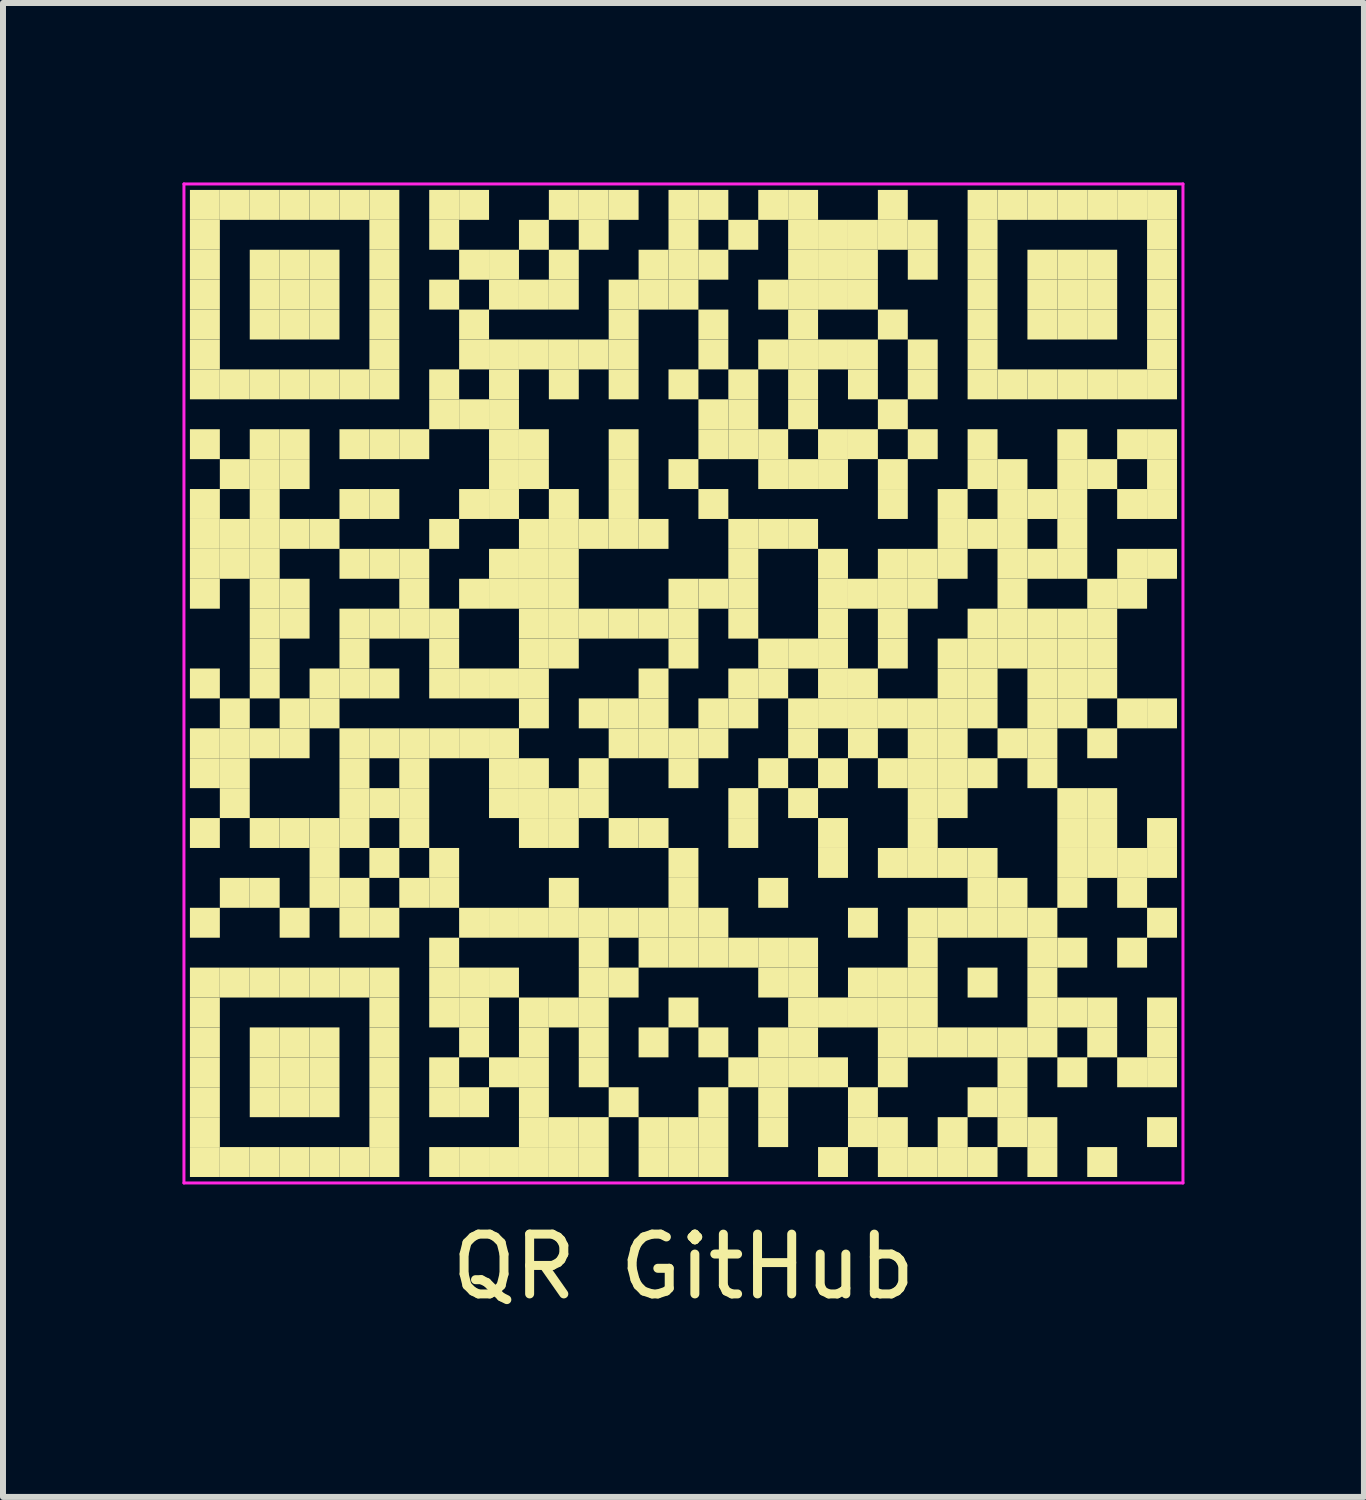
<source format=kicad_pcb>
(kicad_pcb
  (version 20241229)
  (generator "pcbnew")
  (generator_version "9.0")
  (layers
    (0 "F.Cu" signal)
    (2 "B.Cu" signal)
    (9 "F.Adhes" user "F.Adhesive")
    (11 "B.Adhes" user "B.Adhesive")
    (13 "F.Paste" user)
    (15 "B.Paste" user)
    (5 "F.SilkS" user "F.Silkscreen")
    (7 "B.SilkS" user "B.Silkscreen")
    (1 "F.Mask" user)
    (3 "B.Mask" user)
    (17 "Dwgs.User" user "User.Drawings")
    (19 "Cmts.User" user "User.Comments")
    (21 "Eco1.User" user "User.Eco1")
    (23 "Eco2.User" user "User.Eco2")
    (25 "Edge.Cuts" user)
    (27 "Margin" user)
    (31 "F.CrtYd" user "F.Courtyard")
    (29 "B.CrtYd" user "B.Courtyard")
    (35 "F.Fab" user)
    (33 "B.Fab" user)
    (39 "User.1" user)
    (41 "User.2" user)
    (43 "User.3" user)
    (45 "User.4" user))
  (footprint "QR GitHub"
    (layer "F.Cu")
    (at 8.375 8.375)
    (property "Reference" "QR GitHub" (at 0 9.75 0) (layer "F.SilkS") (effects (font (size 1 1) (thickness 0.15))))
    (fp_rect (start -8.25 -8.25) (end -7.75 -7.75) (stroke (width 0) (type solid)) (fill yes) (layer "F.SilkS"))
    (fp_rect (start -8.25 -7.75) (end -7.75 -7.25) (stroke (width 0) (type solid)) (fill yes) (layer "F.SilkS"))
    (fp_rect (start -8.25 -7.25) (end -7.75 -6.75) (stroke (width 0) (type solid)) (fill yes) (layer "F.SilkS"))
    (fp_rect (start -8.25 -6.75) (end -7.75 -6.25) (stroke (width 0) (type solid)) (fill yes) (layer "F.SilkS"))
    (fp_rect (start -8.25 -6.25) (end -7.75 -5.75) (stroke (width 0) (type solid)) (fill yes) (layer "F.SilkS"))
    (fp_rect (start -8.25 -5.75) (end -7.75 -5.25) (stroke (width 0) (type solid)) (fill yes) (layer "F.SilkS"))
    (fp_rect (start -8.25 -5.25) (end -7.75 -4.75) (stroke (width 0) (type solid)) (fill yes) (layer "F.SilkS"))
    (fp_rect (start -8.25 -4.25) (end -7.75 -3.75) (stroke (width 0) (type solid)) (fill yes) (layer "F.SilkS"))
    (fp_rect (start -8.25 -3.25) (end -7.75 -2.75) (stroke (width 0) (type solid)) (fill yes) (layer "F.SilkS"))
    (fp_rect (start -8.25 -2.75) (end -7.75 -2.25) (stroke (width 0) (type solid)) (fill yes) (layer "F.SilkS"))
    (fp_rect (start -8.25 -2.25) (end -7.75 -1.75) (stroke (width 0) (type solid)) (fill yes) (layer "F.SilkS"))
    (fp_rect (start -8.25 -1.75) (end -7.75 -1.25) (stroke (width 0) (type solid)) (fill yes) (layer "F.SilkS"))
    (fp_rect (start -8.25 -0.25) (end -7.75 0.25) (stroke (width 0) (type solid)) (fill yes) (layer "F.SilkS"))
    (fp_rect (start -8.25 0.75) (end -7.75 1.25) (stroke (width 0) (type solid)) (fill yes) (layer "F.SilkS"))
    (fp_rect (start -8.25 1.25) (end -7.75 1.75) (stroke (width 0) (type solid)) (fill yes) (layer "F.SilkS"))
    (fp_rect (start -8.25 2.25) (end -7.75 2.75) (stroke (width 0) (type solid)) (fill yes) (layer "F.SilkS"))
    (fp_rect (start -8.25 3.75) (end -7.75 4.25) (stroke (width 0) (type solid)) (fill yes) (layer "F.SilkS"))
    (fp_rect (start -8.25 4.75) (end -7.75 5.25) (stroke (width 0) (type solid)) (fill yes) (layer "F.SilkS"))
    (fp_rect (start -8.25 5.25) (end -7.75 5.75) (stroke (width 0) (type solid)) (fill yes) (layer "F.SilkS"))
    (fp_rect (start -8.25 5.75) (end -7.75 6.25) (stroke (width 0) (type solid)) (fill yes) (layer "F.SilkS"))
    (fp_rect (start -8.25 6.25) (end -7.75 6.75) (stroke (width 0) (type solid)) (fill yes) (layer "F.SilkS"))
    (fp_rect (start -8.25 6.75) (end -7.75 7.25) (stroke (width 0) (type solid)) (fill yes) (layer "F.SilkS"))
    (fp_rect (start -8.25 7.25) (end -7.75 7.75) (stroke (width 0) (type solid)) (fill yes) (layer "F.SilkS"))
    (fp_rect (start -8.25 7.75) (end -7.75 8.25) (stroke (width 0) (type solid)) (fill yes) (layer "F.SilkS"))
    (fp_rect (start -7.75 -8.25) (end -7.25 -7.75) (stroke (width 0) (type solid)) (fill yes) (layer "F.SilkS"))
    (fp_rect (start -7.75 -5.25) (end -7.25 -4.75) (stroke (width 0) (type solid)) (fill yes) (layer "F.SilkS"))
    (fp_rect (start -7.75 -3.75) (end -7.25 -3.25) (stroke (width 0) (type solid)) (fill yes) (layer "F.SilkS"))
    (fp_rect (start -7.75 -2.75) (end -7.25 -2.25) (stroke (width 0) (type solid)) (fill yes) (layer "F.SilkS"))
    (fp_rect (start -7.75 -2.25) (end -7.25 -1.75) (stroke (width 0) (type solid)) (fill yes) (layer "F.SilkS"))
    (fp_rect (start -7.75 0.25) (end -7.25 0.75) (stroke (width 0) (type solid)) (fill yes) (layer "F.SilkS"))
    (fp_rect (start -7.75 0.75) (end -7.25 1.25) (stroke (width 0) (type solid)) (fill yes) (layer "F.SilkS"))
    (fp_rect (start -7.75 1.25) (end -7.25 1.75) (stroke (width 0) (type solid)) (fill yes) (layer "F.SilkS"))
    (fp_rect (start -7.75 1.75) (end -7.25 2.25) (stroke (width 0) (type solid)) (fill yes) (layer "F.SilkS"))
    (fp_rect (start -7.75 3.25) (end -7.25 3.75) (stroke (width 0) (type solid)) (fill yes) (layer "F.SilkS"))
    (fp_rect (start -7.75 4.75) (end -7.25 5.25) (stroke (width 0) (type solid)) (fill yes) (layer "F.SilkS"))
    (fp_rect (start -7.75 7.75) (end -7.25 8.25) (stroke (width 0) (type solid)) (fill yes) (layer "F.SilkS"))
    (fp_rect (start -7.25 -8.25) (end -6.75 -7.75) (stroke (width 0) (type solid)) (fill yes) (layer "F.SilkS"))
    (fp_rect (start -7.25 -7.25) (end -6.75 -6.75) (stroke (width 0) (type solid)) (fill yes) (layer "F.SilkS"))
    (fp_rect (start -7.25 -6.75) (end -6.75 -6.25) (stroke (width 0) (type solid)) (fill yes) (layer "F.SilkS"))
    (fp_rect (start -7.25 -6.25) (end -6.75 -5.75) (stroke (width 0) (type solid)) (fill yes) (layer "F.SilkS"))
    (fp_rect (start -7.25 -5.25) (end -6.75 -4.75) (stroke (width 0) (type solid)) (fill yes) (layer "F.SilkS"))
    (fp_rect (start -7.25 -4.25) (end -6.75 -3.75) (stroke (width 0) (type solid)) (fill yes) (layer "F.SilkS"))
    (fp_rect (start -7.25 -3.75) (end -6.75 -3.25) (stroke (width 0) (type solid)) (fill yes) (layer "F.SilkS"))
    (fp_rect (start -7.25 -3.25) (end -6.75 -2.75) (stroke (width 0) (type solid)) (fill yes) (layer "F.SilkS"))
    (fp_rect (start -7.25 -2.75) (end -6.75 -2.25) (stroke (width 0) (type solid)) (fill yes) (layer "F.SilkS"))
    (fp_rect (start -7.25 -2.25) (end -6.75 -1.75) (stroke (width 0) (type solid)) (fill yes) (layer "F.SilkS"))
    (fp_rect (start -7.25 -1.75) (end -6.75 -1.25) (stroke (width 0) (type solid)) (fill yes) (layer "F.SilkS"))
    (fp_rect (start -7.25 -1.25) (end -6.75 -0.75) (stroke (width 0) (type solid)) (fill yes) (layer "F.SilkS"))
    (fp_rect (start -7.25 -0.75) (end -6.75 -0.25) (stroke (width 0) (type solid)) (fill yes) (layer "F.SilkS"))
    (fp_rect (start -7.25 -0.25) (end -6.75 0.25) (stroke (width 0) (type solid)) (fill yes) (layer "F.SilkS"))
    (fp_rect (start -7.25 0.75) (end -6.75 1.25) (stroke (width 0) (type solid)) (fill yes) (layer "F.SilkS"))
    (fp_rect (start -7.25 2.25) (end -6.75 2.75) (stroke (width 0) (type solid)) (fill yes) (layer "F.SilkS"))
    (fp_rect (start -7.25 3.25) (end -6.75 3.75) (stroke (width 0) (type solid)) (fill yes) (layer "F.SilkS"))
    (fp_rect (start -7.25 4.75) (end -6.75 5.25) (stroke (width 0) (type solid)) (fill yes) (layer "F.SilkS"))
    (fp_rect (start -7.25 5.75) (end -6.75 6.25) (stroke (width 0) (type solid)) (fill yes) (layer "F.SilkS"))
    (fp_rect (start -7.25 6.25) (end -6.75 6.75) (stroke (width 0) (type solid)) (fill yes) (layer "F.SilkS"))
    (fp_rect (start -7.25 6.75) (end -6.75 7.25) (stroke (width 0) (type solid)) (fill yes) (layer "F.SilkS"))
    (fp_rect (start -7.25 7.75) (end -6.75 8.25) (stroke (width 0) (type solid)) (fill yes) (layer "F.SilkS"))
    (fp_rect (start -6.75 -8.25) (end -6.25 -7.75) (stroke (width 0) (type solid)) (fill yes) (layer "F.SilkS"))
    (fp_rect (start -6.75 -7.25) (end -6.25 -6.75) (stroke (width 0) (type solid)) (fill yes) (layer "F.SilkS"))
    (fp_rect (start -6.75 -6.75) (end -6.25 -6.25) (stroke (width 0) (type solid)) (fill yes) (layer "F.SilkS"))
    (fp_rect (start -6.75 -6.25) (end -6.25 -5.75) (stroke (width 0) (type solid)) (fill yes) (layer "F.SilkS"))
    (fp_rect (start -6.75 -5.25) (end -6.25 -4.75) (stroke (width 0) (type solid)) (fill yes) (layer "F.SilkS"))
    (fp_rect (start -6.75 -4.25) (end -6.25 -3.75) (stroke (width 0) (type solid)) (fill yes) (layer "F.SilkS"))
    (fp_rect (start -6.75 -3.75) (end -6.25 -3.25) (stroke (width 0) (type solid)) (fill yes) (layer "F.SilkS"))
    (fp_rect (start -6.75 -2.75) (end -6.25 -2.25) (stroke (width 0) (type solid)) (fill yes) (layer "F.SilkS"))
    (fp_rect (start -6.75 -1.75) (end -6.25 -1.25) (stroke (width 0) (type solid)) (fill yes) (layer "F.SilkS"))
    (fp_rect (start -6.75 -1.25) (end -6.25 -0.75) (stroke (width 0) (type solid)) (fill yes) (layer "F.SilkS"))
    (fp_rect (start -6.75 0.25) (end -6.25 0.75) (stroke (width 0) (type solid)) (fill yes) (layer "F.SilkS"))
    (fp_rect (start -6.75 0.75) (end -6.25 1.25) (stroke (width 0) (type solid)) (fill yes) (layer "F.SilkS"))
    (fp_rect (start -6.75 2.25) (end -6.25 2.75) (stroke (width 0) (type solid)) (fill yes) (layer "F.SilkS"))
    (fp_rect (start -6.75 3.75) (end -6.25 4.25) (stroke (width 0) (type solid)) (fill yes) (layer "F.SilkS"))
    (fp_rect (start -6.75 4.75) (end -6.25 5.25) (stroke (width 0) (type solid)) (fill yes) (layer "F.SilkS"))
    (fp_rect (start -6.75 5.75) (end -6.25 6.25) (stroke (width 0) (type solid)) (fill yes) (layer "F.SilkS"))
    (fp_rect (start -6.75 6.25) (end -6.25 6.75) (stroke (width 0) (type solid)) (fill yes) (layer "F.SilkS"))
    (fp_rect (start -6.75 6.75) (end -6.25 7.25) (stroke (width 0) (type solid)) (fill yes) (layer "F.SilkS"))
    (fp_rect (start -6.75 7.75) (end -6.25 8.25) (stroke (width 0) (type solid)) (fill yes) (layer "F.SilkS"))
    (fp_rect (start -6.25 -8.25) (end -5.75 -7.75) (stroke (width 0) (type solid)) (fill yes) (layer "F.SilkS"))
    (fp_rect (start -6.25 -7.25) (end -5.75 -6.75) (stroke (width 0) (type solid)) (fill yes) (layer "F.SilkS"))
    (fp_rect (start -6.25 -6.75) (end -5.75 -6.25) (stroke (width 0) (type solid)) (fill yes) (layer "F.SilkS"))
    (fp_rect (start -6.25 -6.25) (end -5.75 -5.75) (stroke (width 0) (type solid)) (fill yes) (layer "F.SilkS"))
    (fp_rect (start -6.25 -5.25) (end -5.75 -4.75) (stroke (width 0) (type solid)) (fill yes) (layer "F.SilkS"))
    (fp_rect (start -6.25 -2.75) (end -5.75 -2.25) (stroke (width 0) (type solid)) (fill yes) (layer "F.SilkS"))
    (fp_rect (start -6.25 -0.25) (end -5.75 0.25) (stroke (width 0) (type solid)) (fill yes) (layer "F.SilkS"))
    (fp_rect (start -6.25 0.25) (end -5.75 0.75) (stroke (width 0) (type solid)) (fill yes) (layer "F.SilkS"))
    (fp_rect (start -6.25 2.25) (end -5.75 2.75) (stroke (width 0) (type solid)) (fill yes) (layer "F.SilkS"))
    (fp_rect (start -6.25 2.75) (end -5.75 3.25) (stroke (width 0) (type solid)) (fill yes) (layer "F.SilkS"))
    (fp_rect (start -6.25 3.25) (end -5.75 3.75) (stroke (width 0) (type solid)) (fill yes) (layer "F.SilkS"))
    (fp_rect (start -6.25 4.75) (end -5.75 5.25) (stroke (width 0) (type solid)) (fill yes) (layer "F.SilkS"))
    (fp_rect (start -6.25 5.75) (end -5.75 6.25) (stroke (width 0) (type solid)) (fill yes) (layer "F.SilkS"))
    (fp_rect (start -6.25 6.25) (end -5.75 6.75) (stroke (width 0) (type solid)) (fill yes) (layer "F.SilkS"))
    (fp_rect (start -6.25 6.75) (end -5.75 7.25) (stroke (width 0) (type solid)) (fill yes) (layer "F.SilkS"))
    (fp_rect (start -6.25 7.75) (end -5.75 8.25) (stroke (width 0) (type solid)) (fill yes) (layer "F.SilkS"))
    (fp_rect (start -5.75 -8.25) (end -5.25 -7.75) (stroke (width 0) (type solid)) (fill yes) (layer "F.SilkS"))
    (fp_rect (start -5.75 -5.25) (end -5.25 -4.75) (stroke (width 0) (type solid)) (fill yes) (layer "F.SilkS"))
    (fp_rect (start -5.75 -4.25) (end -5.25 -3.75) (stroke (width 0) (type solid)) (fill yes) (layer "F.SilkS"))
    (fp_rect (start -5.75 -3.25) (end -5.25 -2.75) (stroke (width 0) (type solid)) (fill yes) (layer "F.SilkS"))
    (fp_rect (start -5.75 -2.25) (end -5.25 -1.75) (stroke (width 0) (type solid)) (fill yes) (layer "F.SilkS"))
    (fp_rect (start -5.75 -1.25) (end -5.25 -0.75) (stroke (width 0) (type solid)) (fill yes) (layer "F.SilkS"))
    (fp_rect (start -5.75 -0.75) (end -5.25 -0.25) (stroke (width 0) (type solid)) (fill yes) (layer "F.SilkS"))
    (fp_rect (start -5.75 -0.25) (end -5.25 0.25) (stroke (width 0) (type solid)) (fill yes) (layer "F.SilkS"))
    (fp_rect (start -5.75 0.75) (end -5.25 1.25) (stroke (width 0) (type solid)) (fill yes) (layer "F.SilkS"))
    (fp_rect (start -5.75 1.25) (end -5.25 1.75) (stroke (width 0) (type solid)) (fill yes) (layer "F.SilkS"))
    (fp_rect (start -5.75 1.75) (end -5.25 2.25) (stroke (width 0) (type solid)) (fill yes) (layer "F.SilkS"))
    (fp_rect (start -5.75 2.25) (end -5.25 2.75) (stroke (width 0) (type solid)) (fill yes) (layer "F.SilkS"))
    (fp_rect (start -5.75 3.25) (end -5.25 3.75) (stroke (width 0) (type solid)) (fill yes) (layer "F.SilkS"))
    (fp_rect (start -5.75 3.75) (end -5.25 4.25) (stroke (width 0) (type solid)) (fill yes) (layer "F.SilkS"))
    (fp_rect (start -5.75 4.75) (end -5.25 5.25) (stroke (width 0) (type solid)) (fill yes) (layer "F.SilkS"))
    (fp_rect (start -5.75 7.75) (end -5.25 8.25) (stroke (width 0) (type solid)) (fill yes) (layer "F.SilkS"))
    (fp_rect (start -5.25 -8.25) (end -4.75 -7.75) (stroke (width 0) (type solid)) (fill yes) (layer "F.SilkS"))
    (fp_rect (start -5.25 -7.75) (end -4.75 -7.25) (stroke (width 0) (type solid)) (fill yes) (layer "F.SilkS"))
    (fp_rect (start -5.25 -7.25) (end -4.75 -6.75) (stroke (width 0) (type solid)) (fill yes) (layer "F.SilkS"))
    (fp_rect (start -5.25 -6.75) (end -4.75 -6.25) (stroke (width 0) (type solid)) (fill yes) (layer "F.SilkS"))
    (fp_rect (start -5.25 -6.25) (end -4.75 -5.75) (stroke (width 0) (type solid)) (fill yes) (layer "F.SilkS"))
    (fp_rect (start -5.25 -5.75) (end -4.75 -5.25) (stroke (width 0) (type solid)) (fill yes) (layer "F.SilkS"))
    (fp_rect (start -5.25 -5.25) (end -4.75 -4.75) (stroke (width 0) (type solid)) (fill yes) (layer "F.SilkS"))
    (fp_rect (start -5.25 -4.25) (end -4.75 -3.75) (stroke (width 0) (type solid)) (fill yes) (layer "F.SilkS"))
    (fp_rect (start -5.25 -3.25) (end -4.75 -2.75) (stroke (width 0) (type solid)) (fill yes) (layer "F.SilkS"))
    (fp_rect (start -5.25 -2.25) (end -4.75 -1.75) (stroke (width 0) (type solid)) (fill yes) (layer "F.SilkS"))
    (fp_rect (start -5.25 -1.25) (end -4.75 -0.75) (stroke (width 0) (type solid)) (fill yes) (layer "F.SilkS"))
    (fp_rect (start -5.25 -0.25) (end -4.75 0.25) (stroke (width 0) (type solid)) (fill yes) (layer "F.SilkS"))
    (fp_rect (start -5.25 0.75) (end -4.75 1.25) (stroke (width 0) (type solid)) (fill yes) (layer "F.SilkS"))
    (fp_rect (start -5.25 1.75) (end -4.75 2.25) (stroke (width 0) (type solid)) (fill yes) (layer "F.SilkS"))
    (fp_rect (start -5.25 2.75) (end -4.75 3.25) (stroke (width 0) (type solid)) (fill yes) (layer "F.SilkS"))
    (fp_rect (start -5.25 3.75) (end -4.75 4.25) (stroke (width 0) (type solid)) (fill yes) (layer "F.SilkS"))
    (fp_rect (start -5.25 4.75) (end -4.75 5.25) (stroke (width 0) (type solid)) (fill yes) (layer "F.SilkS"))
    (fp_rect (start -5.25 5.25) (end -4.75 5.75) (stroke (width 0) (type solid)) (fill yes) (layer "F.SilkS"))
    (fp_rect (start -5.25 5.75) (end -4.75 6.25) (stroke (width 0) (type solid)) (fill yes) (layer "F.SilkS"))
    (fp_rect (start -5.25 6.25) (end -4.75 6.75) (stroke (width 0) (type solid)) (fill yes) (layer "F.SilkS"))
    (fp_rect (start -5.25 6.75) (end -4.75 7.25) (stroke (width 0) (type solid)) (fill yes) (layer "F.SilkS"))
    (fp_rect (start -5.25 7.25) (end -4.75 7.75) (stroke (width 0) (type solid)) (fill yes) (layer "F.SilkS"))
    (fp_rect (start -5.25 7.75) (end -4.75 8.25) (stroke (width 0) (type solid)) (fill yes) (layer "F.SilkS"))
    (fp_rect (start -4.75 -4.25) (end -4.25 -3.75) (stroke (width 0) (type solid)) (fill yes) (layer "F.SilkS"))
    (fp_rect (start -4.75 -2.25) (end -4.25 -1.75) (stroke (width 0) (type solid)) (fill yes) (layer "F.SilkS"))
    (fp_rect (start -4.75 -1.75) (end -4.25 -1.25) (stroke (width 0) (type solid)) (fill yes) (layer "F.SilkS"))
    (fp_rect (start -4.75 -1.25) (end -4.25 -0.75) (stroke (width 0) (type solid)) (fill yes) (layer "F.SilkS"))
    (fp_rect (start -4.75 0.75) (end -4.25 1.25) (stroke (width 0) (type solid)) (fill yes) (layer "F.SilkS"))
    (fp_rect (start -4.75 1.25) (end -4.25 1.75) (stroke (width 0) (type solid)) (fill yes) (layer "F.SilkS"))
    (fp_rect (start -4.75 1.75) (end -4.25 2.25) (stroke (width 0) (type solid)) (fill yes) (layer "F.SilkS"))
    (fp_rect (start -4.75 2.25) (end -4.25 2.75) (stroke (width 0) (type solid)) (fill yes) (layer "F.SilkS"))
    (fp_rect (start -4.75 3.25) (end -4.25 3.75) (stroke (width 0) (type solid)) (fill yes) (layer "F.SilkS"))
    (fp_rect (start -4.25 -8.25) (end -3.75 -7.75) (stroke (width 0) (type solid)) (fill yes) (layer "F.SilkS"))
    (fp_rect (start -4.25 -7.75) (end -3.75 -7.25) (stroke (width 0) (type solid)) (fill yes) (layer "F.SilkS"))
    (fp_rect (start -4.25 -6.75) (end -3.75 -6.25) (stroke (width 0) (type solid)) (fill yes) (layer "F.SilkS"))
    (fp_rect (start -4.25 -5.25) (end -3.75 -4.75) (stroke (width 0) (type solid)) (fill yes) (layer "F.SilkS"))
    (fp_rect (start -4.25 -4.75) (end -3.75 -4.25) (stroke (width 0) (type solid)) (fill yes) (layer "F.SilkS"))
    (fp_rect (start -4.25 -2.75) (end -3.75 -2.25) (stroke (width 0) (type solid)) (fill yes) (layer "F.SilkS"))
    (fp_rect (start -4.25 -1.25) (end -3.75 -0.75) (stroke (width 0) (type solid)) (fill yes) (layer "F.SilkS"))
    (fp_rect (start -4.25 -0.75) (end -3.75 -0.25) (stroke (width 0) (type solid)) (fill yes) (layer "F.SilkS"))
    (fp_rect (start -4.25 -0.25) (end -3.75 0.25) (stroke (width 0) (type solid)) (fill yes) (layer "F.SilkS"))
    (fp_rect (start -4.25 0.75) (end -3.75 1.25) (stroke (width 0) (type solid)) (fill yes) (layer "F.SilkS"))
    (fp_rect (start -4.25 2.75) (end -3.75 3.25) (stroke (width 0) (type solid)) (fill yes) (layer "F.SilkS"))
    (fp_rect (start -4.25 3.25) (end -3.75 3.75) (stroke (width 0) (type solid)) (fill yes) (layer "F.SilkS"))
    (fp_rect (start -4.25 4.25) (end -3.75 4.75) (stroke (width 0) (type solid)) (fill yes) (layer "F.SilkS"))
    (fp_rect (start -4.25 4.75) (end -3.75 5.25) (stroke (width 0) (type solid)) (fill yes) (layer "F.SilkS"))
    (fp_rect (start -4.25 5.25) (end -3.75 5.75) (stroke (width 0) (type solid)) (fill yes) (layer "F.SilkS"))
    (fp_rect (start -4.25 6.25) (end -3.75 6.75) (stroke (width 0) (type solid)) (fill yes) (layer "F.SilkS"))
    (fp_rect (start -4.25 6.75) (end -3.75 7.25) (stroke (width 0) (type solid)) (fill yes) (layer "F.SilkS"))
    (fp_rect (start -4.25 7.75) (end -3.75 8.25) (stroke (width 0) (type solid)) (fill yes) (layer "F.SilkS"))
    (fp_rect (start -3.75 -8.25) (end -3.25 -7.75) (stroke (width 0) (type solid)) (fill yes) (layer "F.SilkS"))
    (fp_rect (start -3.75 -7.25) (end -3.25 -6.75) (stroke (width 0) (type solid)) (fill yes) (layer "F.SilkS"))
    (fp_rect (start -3.75 -6.25) (end -3.25 -5.75) (stroke (width 0) (type solid)) (fill yes) (layer "F.SilkS"))
    (fp_rect (start -3.75 -5.75) (end -3.25 -5.25) (stroke (width 0) (type solid)) (fill yes) (layer "F.SilkS"))
    (fp_rect (start -3.75 -4.75) (end -3.25 -4.25) (stroke (width 0) (type solid)) (fill yes) (layer "F.SilkS"))
    (fp_rect (start -3.75 -3.25) (end -3.25 -2.75) (stroke (width 0) (type solid)) (fill yes) (layer "F.SilkS"))
    (fp_rect (start -3.75 -1.75) (end -3.25 -1.25) (stroke (width 0) (type solid)) (fill yes) (layer "F.SilkS"))
    (fp_rect (start -3.75 -0.25) (end -3.25 0.25) (stroke (width 0) (type solid)) (fill yes) (layer "F.SilkS"))
    (fp_rect (start -3.75 0.75) (end -3.25 1.25) (stroke (width 0) (type solid)) (fill yes) (layer "F.SilkS"))
    (fp_rect (start -3.75 3.75) (end -3.25 4.25) (stroke (width 0) (type solid)) (fill yes) (layer "F.SilkS"))
    (fp_rect (start -3.75 4.75) (end -3.25 5.25) (stroke (width 0) (type solid)) (fill yes) (layer "F.SilkS"))
    (fp_rect (start -3.75 5.25) (end -3.25 5.75) (stroke (width 0) (type solid)) (fill yes) (layer "F.SilkS"))
    (fp_rect (start -3.75 5.75) (end -3.25 6.25) (stroke (width 0) (type solid)) (fill yes) (layer "F.SilkS"))
    (fp_rect (start -3.75 6.75) (end -3.25 7.25) (stroke (width 0) (type solid)) (fill yes) (layer "F.SilkS"))
    (fp_rect (start -3.75 7.75) (end -3.25 8.25) (stroke (width 0) (type solid)) (fill yes) (layer "F.SilkS"))
    (fp_rect (start -3.25 -7.25) (end -2.75 -6.75) (stroke (width 0) (type solid)) (fill yes) (layer "F.SilkS"))
    (fp_rect (start -3.25 -6.75) (end -2.75 -6.25) (stroke (width 0) (type solid)) (fill yes) (layer "F.SilkS"))
    (fp_rect (start -3.25 -5.75) (end -2.75 -5.25) (stroke (width 0) (type solid)) (fill yes) (layer "F.SilkS"))
    (fp_rect (start -3.25 -5.25) (end -2.75 -4.75) (stroke (width 0) (type solid)) (fill yes) (layer "F.SilkS"))
    (fp_rect (start -3.25 -4.75) (end -2.75 -4.25) (stroke (width 0) (type solid)) (fill yes) (layer "F.SilkS"))
    (fp_rect (start -3.25 -4.25) (end -2.75 -3.75) (stroke (width 0) (type solid)) (fill yes) (layer "F.SilkS"))
    (fp_rect (start -3.25 -3.75) (end -2.75 -3.25) (stroke (width 0) (type solid)) (fill yes) (layer "F.SilkS"))
    (fp_rect (start -3.25 -3.25) (end -2.75 -2.75) (stroke (width 0) (type solid)) (fill yes) (layer "F.SilkS"))
    (fp_rect (start -3.25 -2.25) (end -2.75 -1.75) (stroke (width 0) (type solid)) (fill yes) (layer "F.SilkS"))
    (fp_rect (start -3.25 -1.75) (end -2.75 -1.25) (stroke (width 0) (type solid)) (fill yes) (layer "F.SilkS"))
    (fp_rect (start -3.25 -0.25) (end -2.75 0.25) (stroke (width 0) (type solid)) (fill yes) (layer "F.SilkS"))
    (fp_rect (start -3.25 0.75) (end -2.75 1.25) (stroke (width 0) (type solid)) (fill yes) (layer "F.SilkS"))
    (fp_rect (start -3.25 1.25) (end -2.75 1.75) (stroke (width 0) (type solid)) (fill yes) (layer "F.SilkS"))
    (fp_rect (start -3.25 1.75) (end -2.75 2.25) (stroke (width 0) (type solid)) (fill yes) (layer "F.SilkS"))
    (fp_rect (start -3.25 3.75) (end -2.75 4.25) (stroke (width 0) (type solid)) (fill yes) (layer "F.SilkS"))
    (fp_rect (start -3.25 4.75) (end -2.75 5.25) (stroke (width 0) (type solid)) (fill yes) (layer "F.SilkS"))
    (fp_rect (start -3.25 6.25) (end -2.75 6.75) (stroke (width 0) (type solid)) (fill yes) (layer "F.SilkS"))
    (fp_rect (start -3.25 7.75) (end -2.75 8.25) (stroke (width 0) (type solid)) (fill yes) (layer "F.SilkS"))
    (fp_rect (start -2.75 -7.75) (end -2.25 -7.25) (stroke (width 0) (type solid)) (fill yes) (layer "F.SilkS"))
    (fp_rect (start -2.75 -6.75) (end -2.25 -6.25) (stroke (width 0) (type solid)) (fill yes) (layer "F.SilkS"))
    (fp_rect (start -2.75 -5.75) (end -2.25 -5.25) (stroke (width 0) (type solid)) (fill yes) (layer "F.SilkS"))
    (fp_rect (start -2.75 -4.25) (end -2.25 -3.75) (stroke (width 0) (type solid)) (fill yes) (layer "F.SilkS"))
    (fp_rect (start -2.75 -3.75) (end -2.25 -3.25) (stroke (width 0) (type solid)) (fill yes) (layer "F.SilkS"))
    (fp_rect (start -2.75 -2.75) (end -2.25 -2.25) (stroke (width 0) (type solid)) (fill yes) (layer "F.SilkS"))
    (fp_rect (start -2.75 -2.25) (end -2.25 -1.75) (stroke (width 0) (type solid)) (fill yes) (layer "F.SilkS"))
    (fp_rect (start -2.75 -1.75) (end -2.25 -1.25) (stroke (width 0) (type solid)) (fill yes) (layer "F.SilkS"))
    (fp_rect (start -2.75 -1.25) (end -2.25 -0.75) (stroke (width 0) (type solid)) (fill yes) (layer "F.SilkS"))
    (fp_rect (start -2.75 -0.75) (end -2.25 -0.25) (stroke (width 0) (type solid)) (fill yes) (layer "F.SilkS"))
    (fp_rect (start -2.75 -0.25) (end -2.25 0.25) (stroke (width 0) (type solid)) (fill yes) (layer "F.SilkS"))
    (fp_rect (start -2.75 0.25) (end -2.25 0.75) (stroke (width 0) (type solid)) (fill yes) (layer "F.SilkS"))
    (fp_rect (start -2.75 1.25) (end -2.25 1.75) (stroke (width 0) (type solid)) (fill yes) (layer "F.SilkS"))
    (fp_rect (start -2.75 1.75) (end -2.25 2.25) (stroke (width 0) (type solid)) (fill yes) (layer "F.SilkS"))
    (fp_rect (start -2.75 2.25) (end -2.25 2.75) (stroke (width 0) (type solid)) (fill yes) (layer "F.SilkS"))
    (fp_rect (start -2.75 3.75) (end -2.25 4.25) (stroke (width 0) (type solid)) (fill yes) (layer "F.SilkS"))
    (fp_rect (start -2.75 5.25) (end -2.25 5.75) (stroke (width 0) (type solid)) (fill yes) (layer "F.SilkS"))
    (fp_rect (start -2.75 5.75) (end -2.25 6.25) (stroke (width 0) (type solid)) (fill yes) (layer "F.SilkS"))
    (fp_rect (start -2.75 6.25) (end -2.25 6.75) (stroke (width 0) (type solid)) (fill yes) (layer "F.SilkS"))
    (fp_rect (start -2.75 6.75) (end -2.25 7.25) (stroke (width 0) (type solid)) (fill yes) (layer "F.SilkS"))
    (fp_rect (start -2.75 7.25) (end -2.25 7.75) (stroke (width 0) (type solid)) (fill yes) (layer "F.SilkS"))
    (fp_rect (start -2.75 7.75) (end -2.25 8.25) (stroke (width 0) (type solid)) (fill yes) (layer "F.SilkS"))
    (fp_rect (start -2.25 -8.25) (end -1.75 -7.75) (stroke (width 0) (type solid)) (fill yes) (layer "F.SilkS"))
    (fp_rect (start -2.25 -7.25) (end -1.75 -6.75) (stroke (width 0) (type solid)) (fill yes) (layer "F.SilkS"))
    (fp_rect (start -2.25 -6.75) (end -1.75 -6.25) (stroke (width 0) (type solid)) (fill yes) (layer "F.SilkS"))
    (fp_rect (start -2.25 -5.75) (end -1.75 -5.25) (stroke (width 0) (type solid)) (fill yes) (layer "F.SilkS"))
    (fp_rect (start -2.25 -5.25) (end -1.75 -4.75) (stroke (width 0) (type solid)) (fill yes) (layer "F.SilkS"))
    (fp_rect (start -2.25 -3.25) (end -1.75 -2.75) (stroke (width 0) (type solid)) (fill yes) (layer "F.SilkS"))
    (fp_rect (start -2.25 -2.75) (end -1.75 -2.25) (stroke (width 0) (type solid)) (fill yes) (layer "F.SilkS"))
    (fp_rect (start -2.25 -2.25) (end -1.75 -1.75) (stroke (width 0) (type solid)) (fill yes) (layer "F.SilkS"))
    (fp_rect (start -2.25 -1.75) (end -1.75 -1.25) (stroke (width 0) (type solid)) (fill yes) (layer "F.SilkS"))
    (fp_rect (start -2.25 -1.25) (end -1.75 -0.75) (stroke (width 0) (type solid)) (fill yes) (layer "F.SilkS"))
    (fp_rect (start -2.25 -0.75) (end -1.75 -0.25) (stroke (width 0) (type solid)) (fill yes) (layer "F.SilkS"))
    (fp_rect (start -2.25 1.75) (end -1.75 2.25) (stroke (width 0) (type solid)) (fill yes) (layer "F.SilkS"))
    (fp_rect (start -2.25 2.25) (end -1.75 2.75) (stroke (width 0) (type solid)) (fill yes) (layer "F.SilkS"))
    (fp_rect (start -2.25 3.25) (end -1.75 3.75) (stroke (width 0) (type solid)) (fill yes) (layer "F.SilkS"))
    (fp_rect (start -2.25 3.75) (end -1.75 4.25) (stroke (width 0) (type solid)) (fill yes) (layer "F.SilkS"))
    (fp_rect (start -2.25 5.25) (end -1.75 5.75) (stroke (width 0) (type solid)) (fill yes) (layer "F.SilkS"))
    (fp_rect (start -2.25 7.25) (end -1.75 7.75) (stroke (width 0) (type solid)) (fill yes) (layer "F.SilkS"))
    (fp_rect (start -2.25 7.75) (end -1.75 8.25) (stroke (width 0) (type solid)) (fill yes) (layer "F.SilkS"))
    (fp_rect (start -1.75 -8.25) (end -1.25 -7.75) (stroke (width 0) (type solid)) (fill yes) (layer "F.SilkS"))
    (fp_rect (start -1.75 -7.75) (end -1.25 -7.25) (stroke (width 0) (type solid)) (fill yes) (layer "F.SilkS"))
    (fp_rect (start -1.75 -5.75) (end -1.25 -5.25) (stroke (width 0) (type solid)) (fill yes) (layer "F.SilkS"))
    (fp_rect (start -1.75 -2.75) (end -1.25 -2.25) (stroke (width 0) (type solid)) (fill yes) (layer "F.SilkS"))
    (fp_rect (start -1.75 -1.25) (end -1.25 -0.75) (stroke (width 0) (type solid)) (fill yes) (layer "F.SilkS"))
    (fp_rect (start -1.75 0.25) (end -1.25 0.75) (stroke (width 0) (type solid)) (fill yes) (layer "F.SilkS"))
    (fp_rect (start -1.75 1.25) (end -1.25 1.75) (stroke (width 0) (type solid)) (fill yes) (layer "F.SilkS"))
    (fp_rect (start -1.75 1.75) (end -1.25 2.25) (stroke (width 0) (type solid)) (fill yes) (layer "F.SilkS"))
    (fp_rect (start -1.75 3.75) (end -1.25 4.25) (stroke (width 0) (type solid)) (fill yes) (layer "F.SilkS"))
    (fp_rect (start -1.75 4.25) (end -1.25 4.75) (stroke (width 0) (type solid)) (fill yes) (layer "F.SilkS"))
    (fp_rect (start -1.75 4.75) (end -1.25 5.25) (stroke (width 0) (type solid)) (fill yes) (layer "F.SilkS"))
    (fp_rect (start -1.75 5.25) (end -1.25 5.75) (stroke (width 0) (type solid)) (fill yes) (layer "F.SilkS"))
    (fp_rect (start -1.75 5.75) (end -1.25 6.25) (stroke (width 0) (type solid)) (fill yes) (layer "F.SilkS"))
    (fp_rect (start -1.75 6.25) (end -1.25 6.75) (stroke (width 0) (type solid)) (fill yes) (layer "F.SilkS"))
    (fp_rect (start -1.75 7.25) (end -1.25 7.75) (stroke (width 0) (type solid)) (fill yes) (layer "F.SilkS"))
    (fp_rect (start -1.75 7.75) (end -1.25 8.25) (stroke (width 0) (type solid)) (fill yes) (layer "F.SilkS"))
    (fp_rect (start -1.25 -8.25) (end -0.75 -7.75) (stroke (width 0) (type solid)) (fill yes) (layer "F.SilkS"))
    (fp_rect (start -1.25 -6.75) (end -0.75 -6.25) (stroke (width 0) (type solid)) (fill yes) (layer "F.SilkS"))
    (fp_rect (start -1.25 -6.25) (end -0.75 -5.75) (stroke (width 0) (type solid)) (fill yes) (layer "F.SilkS"))
    (fp_rect (start -1.25 -5.75) (end -0.75 -5.25) (stroke (width 0) (type solid)) (fill yes) (layer "F.SilkS"))
    (fp_rect (start -1.25 -5.25) (end -0.75 -4.75) (stroke (width 0) (type solid)) (fill yes) (layer "F.SilkS"))
    (fp_rect (start -1.25 -4.25) (end -0.75 -3.75) (stroke (width 0) (type solid)) (fill yes) (layer "F.SilkS"))
    (fp_rect (start -1.25 -3.75) (end -0.75 -3.25) (stroke (width 0) (type solid)) (fill yes) (layer "F.SilkS"))
    (fp_rect (start -1.25 -3.25) (end -0.75 -2.75) (stroke (width 0) (type solid)) (fill yes) (layer "F.SilkS"))
    (fp_rect (start -1.25 -2.75) (end -0.75 -2.25) (stroke (width 0) (type solid)) (fill yes) (layer "F.SilkS"))
    (fp_rect (start -1.25 -1.25) (end -0.75 -0.75) (stroke (width 0) (type solid)) (fill yes) (layer "F.SilkS"))
    (fp_rect (start -1.25 0.25) (end -0.75 0.75) (stroke (width 0) (type solid)) (fill yes) (layer "F.SilkS"))
    (fp_rect (start -1.25 0.75) (end -0.75 1.25) (stroke (width 0) (type solid)) (fill yes) (layer "F.SilkS"))
    (fp_rect (start -1.25 2.25) (end -0.75 2.75) (stroke (width 0) (type solid)) (fill yes) (layer "F.SilkS"))
    (fp_rect (start -1.25 3.75) (end -0.75 4.25) (stroke (width 0) (type solid)) (fill yes) (layer "F.SilkS"))
    (fp_rect (start -1.25 4.75) (end -0.75 5.25) (stroke (width 0) (type solid)) (fill yes) (layer "F.SilkS"))
    (fp_rect (start -1.25 6.75) (end -0.75 7.25) (stroke (width 0) (type solid)) (fill yes) (layer "F.SilkS"))
    (fp_rect (start -0.75 -7.25) (end -0.25 -6.75) (stroke (width 0) (type solid)) (fill yes) (layer "F.SilkS"))
    (fp_rect (start -0.75 -6.75) (end -0.25 -6.25) (stroke (width 0) (type solid)) (fill yes) (layer "F.SilkS"))
    (fp_rect (start -0.75 -2.75) (end -0.25 -2.25) (stroke (width 0) (type solid)) (fill yes) (layer "F.SilkS"))
    (fp_rect (start -0.75 -1.25) (end -0.25 -0.75) (stroke (width 0) (type solid)) (fill yes) (layer "F.SilkS"))
    (fp_rect (start -0.75 -0.25) (end -0.25 0.25) (stroke (width 0) (type solid)) (fill yes) (layer "F.SilkS"))
    (fp_rect (start -0.75 0.25) (end -0.25 0.75) (stroke (width 0) (type solid)) (fill yes) (layer "F.SilkS"))
    (fp_rect (start -0.75 0.75) (end -0.25 1.25) (stroke (width 0) (type solid)) (fill yes) (layer "F.SilkS"))
    (fp_rect (start -0.75 2.25) (end -0.25 2.75) (stroke (width 0) (type solid)) (fill yes) (layer "F.SilkS"))
    (fp_rect (start -0.75 3.75) (end -0.25 4.25) (stroke (width 0) (type solid)) (fill yes) (layer "F.SilkS"))
    (fp_rect (start -0.75 4.25) (end -0.25 4.75) (stroke (width 0) (type solid)) (fill yes) (layer "F.SilkS"))
    (fp_rect (start -0.75 5.75) (end -0.25 6.25) (stroke (width 0) (type solid)) (fill yes) (layer "F.SilkS"))
    (fp_rect (start -0.75 7.25) (end -0.25 7.75) (stroke (width 0) (type solid)) (fill yes) (layer "F.SilkS"))
    (fp_rect (start -0.75 7.75) (end -0.25 8.25) (stroke (width 0) (type solid)) (fill yes) (layer "F.SilkS"))
    (fp_rect (start -0.25 -8.25) (end 0.25 -7.75) (stroke (width 0) (type solid)) (fill yes) (layer "F.SilkS"))
    (fp_rect (start -0.25 -7.75) (end 0.25 -7.25) (stroke (width 0) (type solid)) (fill yes) (layer "F.SilkS"))
    (fp_rect (start -0.25 -7.25) (end 0.25 -6.75) (stroke (width 0) (type solid)) (fill yes) (layer "F.SilkS"))
    (fp_rect (start -0.25 -6.75) (end 0.25 -6.25) (stroke (width 0) (type solid)) (fill yes) (layer "F.SilkS"))
    (fp_rect (start -0.25 -5.25) (end 0.25 -4.75) (stroke (width 0) (type solid)) (fill yes) (layer "F.SilkS"))
    (fp_rect (start -0.25 -3.75) (end 0.25 -3.25) (stroke (width 0) (type solid)) (fill yes) (layer "F.SilkS"))
    (fp_rect (start -0.25 -1.75) (end 0.25 -1.25) (stroke (width 0) (type solid)) (fill yes) (layer "F.SilkS"))
    (fp_rect (start -0.25 -1.25) (end 0.25 -0.75) (stroke (width 0) (type solid)) (fill yes) (layer "F.SilkS"))
    (fp_rect (start -0.25 -0.75) (end 0.25 -0.25) (stroke (width 0) (type solid)) (fill yes) (layer "F.SilkS"))
    (fp_rect (start -0.25 0.75) (end 0.25 1.25) (stroke (width 0) (type solid)) (fill yes) (layer "F.SilkS"))
    (fp_rect (start -0.25 1.25) (end 0.25 1.75) (stroke (width 0) (type solid)) (fill yes) (layer "F.SilkS"))
    (fp_rect (start -0.25 2.75) (end 0.25 3.25) (stroke (width 0) (type solid)) (fill yes) (layer "F.SilkS"))
    (fp_rect (start -0.25 3.25) (end 0.25 3.75) (stroke (width 0) (type solid)) (fill yes) (layer "F.SilkS"))
    (fp_rect (start -0.25 3.75) (end 0.25 4.25) (stroke (width 0) (type solid)) (fill yes) (layer "F.SilkS"))
    (fp_rect (start -0.25 4.25) (end 0.25 4.75) (stroke (width 0) (type solid)) (fill yes) (layer "F.SilkS"))
    (fp_rect (start -0.25 5.25) (end 0.25 5.75) (stroke (width 0) (type solid)) (fill yes) (layer "F.SilkS"))
    (fp_rect (start -0.25 7.25) (end 0.25 7.75) (stroke (width 0) (type solid)) (fill yes) (layer "F.SilkS"))
    (fp_rect (start -0.25 7.75) (end 0.25 8.25) (stroke (width 0) (type solid)) (fill yes) (layer "F.SilkS"))
    (fp_rect (start 0.25 -8.25) (end 0.75 -7.75) (stroke (width 0) (type solid)) (fill yes) (layer "F.SilkS"))
    (fp_rect (start 0.25 -7.25) (end 0.75 -6.75) (stroke (width 0) (type solid)) (fill yes) (layer "F.SilkS"))
    (fp_rect (start 0.25 -6.25) (end 0.75 -5.75) (stroke (width 0) (type solid)) (fill yes) (layer "F.SilkS"))
    (fp_rect (start 0.25 -5.75) (end 0.75 -5.25) (stroke (width 0) (type solid)) (fill yes) (layer "F.SilkS"))
    (fp_rect (start 0.25 -4.75) (end 0.75 -4.25) (stroke (width 0) (type solid)) (fill yes) (layer "F.SilkS"))
    (fp_rect (start 0.25 -4.25) (end 0.75 -3.75) (stroke (width 0) (type solid)) (fill yes) (layer "F.SilkS"))
    (fp_rect (start 0.25 -3.25) (end 0.75 -2.75) (stroke (width 0) (type solid)) (fill yes) (layer "F.SilkS"))
    (fp_rect (start 0.25 -1.75) (end 0.75 -1.25) (stroke (width 0) (type solid)) (fill yes) (layer "F.SilkS"))
    (fp_rect (start 0.25 0.25) (end 0.75 0.75) (stroke (width 0) (type solid)) (fill yes) (layer "F.SilkS"))
    (fp_rect (start 0.25 0.75) (end 0.75 1.25) (stroke (width 0) (type solid)) (fill yes) (layer "F.SilkS"))
    (fp_rect (start 0.25 3.75) (end 0.75 4.25) (stroke (width 0) (type solid)) (fill yes) (layer "F.SilkS"))
    (fp_rect (start 0.25 4.25) (end 0.75 4.75) (stroke (width 0) (type solid)) (fill yes) (layer "F.SilkS"))
    (fp_rect (start 0.25 5.75) (end 0.75 6.25) (stroke (width 0) (type solid)) (fill yes) (layer "F.SilkS"))
    (fp_rect (start 0.25 6.75) (end 0.75 7.25) (stroke (width 0) (type solid)) (fill yes) (layer "F.SilkS"))
    (fp_rect (start 0.25 7.25) (end 0.75 7.75) (stroke (width 0) (type solid)) (fill yes) (layer "F.SilkS"))
    (fp_rect (start 0.25 7.75) (end 0.75 8.25) (stroke (width 0) (type solid)) (fill yes) (layer "F.SilkS"))
    (fp_rect (start 0.75 -7.75) (end 1.25 -7.25) (stroke (width 0) (type solid)) (fill yes) (layer "F.SilkS"))
    (fp_rect (start 0.75 -5.25) (end 1.25 -4.75) (stroke (width 0) (type solid)) (fill yes) (layer "F.SilkS"))
    (fp_rect (start 0.75 -4.75) (end 1.25 -4.25) (stroke (width 0) (type solid)) (fill yes) (layer "F.SilkS"))
    (fp_rect (start 0.75 -4.25) (end 1.25 -3.75) (stroke (width 0) (type solid)) (fill yes) (layer "F.SilkS"))
    (fp_rect (start 0.75 -2.75) (end 1.25 -2.25) (stroke (width 0) (type solid)) (fill yes) (layer "F.SilkS"))
    (fp_rect (start 0.75 -2.25) (end 1.25 -1.75) (stroke (width 0) (type solid)) (fill yes) (layer "F.SilkS"))
    (fp_rect (start 0.75 -1.75) (end 1.25 -1.25) (stroke (width 0) (type solid)) (fill yes) (layer "F.SilkS"))
    (fp_rect (start 0.75 -1.25) (end 1.25 -0.75) (stroke (width 0) (type solid)) (fill yes) (layer "F.SilkS"))
    (fp_rect (start 0.75 -0.25) (end 1.25 0.25) (stroke (width 0) (type solid)) (fill yes) (layer "F.SilkS"))
    (fp_rect (start 0.75 0.25) (end 1.25 0.75) (stroke (width 0) (type solid)) (fill yes) (layer "F.SilkS"))
    (fp_rect (start 0.75 1.75) (end 1.25 2.25) (stroke (width 0) (type solid)) (fill yes) (layer "F.SilkS"))
    (fp_rect (start 0.75 2.25) (end 1.25 2.75) (stroke (width 0) (type solid)) (fill yes) (layer "F.SilkS"))
    (fp_rect (start 0.75 4.25) (end 1.25 4.75) (stroke (width 0) (type solid)) (fill yes) (layer "F.SilkS"))
    (fp_rect (start 0.75 6.25) (end 1.25 6.75) (stroke (width 0) (type solid)) (fill yes) (layer "F.SilkS"))
    (fp_rect (start 1.25 -8.25) (end 1.75 -7.75) (stroke (width 0) (type solid)) (fill yes) (layer "F.SilkS"))
    (fp_rect (start 1.25 -6.75) (end 1.75 -6.25) (stroke (width 0) (type solid)) (fill yes) (layer "F.SilkS"))
    (fp_rect (start 1.25 -5.75) (end 1.75 -5.25) (stroke (width 0) (type solid)) (fill yes) (layer "F.SilkS"))
    (fp_rect (start 1.25 -4.25) (end 1.75 -3.75) (stroke (width 0) (type solid)) (fill yes) (layer "F.SilkS"))
    (fp_rect (start 1.25 -3.75) (end 1.75 -3.25) (stroke (width 0) (type solid)) (fill yes) (layer "F.SilkS"))
    (fp_rect (start 1.25 -2.75) (end 1.75 -2.25) (stroke (width 0) (type solid)) (fill yes) (layer "F.SilkS"))
    (fp_rect (start 1.25 -0.75) (end 1.75 -0.25) (stroke (width 0) (type solid)) (fill yes) (layer "F.SilkS"))
    (fp_rect (start 1.25 -0.25) (end 1.75 0.25) (stroke (width 0) (type solid)) (fill yes) (layer "F.SilkS"))
    (fp_rect (start 1.25 1.25) (end 1.75 1.75) (stroke (width 0) (type solid)) (fill yes) (layer "F.SilkS"))
    (fp_rect (start 1.25 3.25) (end 1.75 3.75) (stroke (width 0) (type solid)) (fill yes) (layer "F.SilkS"))
    (fp_rect (start 1.25 4.25) (end 1.75 4.75) (stroke (width 0) (type solid)) (fill yes) (layer "F.SilkS"))
    (fp_rect (start 1.25 4.75) (end 1.75 5.25) (stroke (width 0) (type solid)) (fill yes) (layer "F.SilkS"))
    (fp_rect (start 1.25 5.75) (end 1.75 6.25) (stroke (width 0) (type solid)) (fill yes) (layer "F.SilkS"))
    (fp_rect (start 1.25 6.25) (end 1.75 6.75) (stroke (width 0) (type solid)) (fill yes) (layer "F.SilkS"))
    (fp_rect (start 1.25 6.75) (end 1.75 7.25) (stroke (width 0) (type solid)) (fill yes) (layer "F.SilkS"))
    (fp_rect (start 1.25 7.25) (end 1.75 7.75) (stroke (width 0) (type solid)) (fill yes) (layer "F.SilkS"))
    (fp_rect (start 1.75 -8.25) (end 2.25 -7.75) (stroke (width 0) (type solid)) (fill yes) (layer "F.SilkS"))
    (fp_rect (start 1.75 -7.75) (end 2.25 -7.25) (stroke (width 0) (type solid)) (fill yes) (layer "F.SilkS"))
    (fp_rect (start 1.75 -7.25) (end 2.25 -6.75) (stroke (width 0) (type solid)) (fill yes) (layer "F.SilkS"))
    (fp_rect (start 1.75 -6.75) (end 2.25 -6.25) (stroke (width 0) (type solid)) (fill yes) (layer "F.SilkS"))
    (fp_rect (start 1.75 -6.25) (end 2.25 -5.75) (stroke (width 0) (type solid)) (fill yes) (layer "F.SilkS"))
    (fp_rect (start 1.75 -5.75) (end 2.25 -5.25) (stroke (width 0) (type solid)) (fill yes) (layer "F.SilkS"))
    (fp_rect (start 1.75 -5.25) (end 2.25 -4.75) (stroke (width 0) (type solid)) (fill yes) (layer "F.SilkS"))
    (fp_rect (start 1.75 -4.75) (end 2.25 -4.25) (stroke (width 0) (type solid)) (fill yes) (layer "F.SilkS"))
    (fp_rect (start 1.75 -3.75) (end 2.25 -3.25) (stroke (width 0) (type solid)) (fill yes) (layer "F.SilkS"))
    (fp_rect (start 1.75 -2.75) (end 2.25 -2.25) (stroke (width 0) (type solid)) (fill yes) (layer "F.SilkS"))
    (fp_rect (start 1.75 -0.75) (end 2.25 -0.25) (stroke (width 0) (type solid)) (fill yes) (layer "F.SilkS"))
    (fp_rect (start 1.75 0.25) (end 2.25 0.75) (stroke (width 0) (type solid)) (fill yes) (layer "F.SilkS"))
    (fp_rect (start 1.75 0.75) (end 2.25 1.25) (stroke (width 0) (type solid)) (fill yes) (layer "F.SilkS"))
    (fp_rect (start 1.75 1.75) (end 2.25 2.25) (stroke (width 0) (type solid)) (fill yes) (layer "F.SilkS"))
    (fp_rect (start 1.75 4.25) (end 2.25 4.75) (stroke (width 0) (type solid)) (fill yes) (layer "F.SilkS"))
    (fp_rect (start 1.75 4.75) (end 2.25 5.25) (stroke (width 0) (type solid)) (fill yes) (layer "F.SilkS"))
    (fp_rect (start 1.75 5.25) (end 2.25 5.75) (stroke (width 0) (type solid)) (fill yes) (layer "F.SilkS"))
    (fp_rect (start 1.75 5.75) (end 2.25 6.25) (stroke (width 0) (type solid)) (fill yes) (layer "F.SilkS"))
    (fp_rect (start 1.75 6.25) (end 2.25 6.75) (stroke (width 0) (type solid)) (fill yes) (layer "F.SilkS"))
    (fp_rect (start 2.25 -7.75) (end 2.75 -7.25) (stroke (width 0) (type solid)) (fill yes) (layer "F.SilkS"))
    (fp_rect (start 2.25 -7.25) (end 2.75 -6.75) (stroke (width 0) (type solid)) (fill yes) (layer "F.SilkS"))
    (fp_rect (start 2.25 -6.75) (end 2.75 -6.25) (stroke (width 0) (type solid)) (fill yes) (layer "F.SilkS"))
    (fp_rect (start 2.25 -5.75) (end 2.75 -5.25) (stroke (width 0) (type solid)) (fill yes) (layer "F.SilkS"))
    (fp_rect (start 2.25 -4.25) (end 2.75 -3.75) (stroke (width 0) (type solid)) (fill yes) (layer "F.SilkS"))
    (fp_rect (start 2.25 -3.75) (end 2.75 -3.25) (stroke (width 0) (type solid)) (fill yes) (layer "F.SilkS"))
    (fp_rect (start 2.25 -2.25) (end 2.75 -1.75) (stroke (width 0) (type solid)) (fill yes) (layer "F.SilkS"))
    (fp_rect (start 2.25 -1.75) (end 2.75 -1.25) (stroke (width 0) (type solid)) (fill yes) (layer "F.SilkS"))
    (fp_rect (start 2.25 -1.25) (end 2.75 -0.75) (stroke (width 0) (type solid)) (fill yes) (layer "F.SilkS"))
    (fp_rect (start 2.25 -0.75) (end 2.75 -0.25) (stroke (width 0) (type solid)) (fill yes) (layer "F.SilkS"))
    (fp_rect (start 2.25 -0.25) (end 2.75 0.25) (stroke (width 0) (type solid)) (fill yes) (layer "F.SilkS"))
    (fp_rect (start 2.25 0.25) (end 2.75 0.75) (stroke (width 0) (type solid)) (fill yes) (layer "F.SilkS"))
    (fp_rect (start 2.25 1.25) (end 2.75 1.75) (stroke (width 0) (type solid)) (fill yes) (layer "F.SilkS"))
    (fp_rect (start 2.25 2.25) (end 2.75 2.75) (stroke (width 0) (type solid)) (fill yes) (layer "F.SilkS"))
    (fp_rect (start 2.25 2.75) (end 2.75 3.25) (stroke (width 0) (type solid)) (fill yes) (layer "F.SilkS"))
    (fp_rect (start 2.25 5.25) (end 2.75 5.75) (stroke (width 0) (type solid)) (fill yes) (layer "F.SilkS"))
    (fp_rect (start 2.25 6.25) (end 2.75 6.75) (stroke (width 0) (type solid)) (fill yes) (layer "F.SilkS"))
    (fp_rect (start 2.25 7.75) (end 2.75 8.25) (stroke (width 0) (type solid)) (fill yes) (layer "F.SilkS"))
    (fp_rect (start 2.75 -7.75) (end 3.25 -7.25) (stroke (width 0) (type solid)) (fill yes) (layer "F.SilkS"))
    (fp_rect (start 2.75 -7.25) (end 3.25 -6.75) (stroke (width 0) (type solid)) (fill yes) (layer "F.SilkS"))
    (fp_rect (start 2.75 -6.75) (end 3.25 -6.25) (stroke (width 0) (type solid)) (fill yes) (layer "F.SilkS"))
    (fp_rect (start 2.75 -5.75) (end 3.25 -5.25) (stroke (width 0) (type solid)) (fill yes) (layer "F.SilkS"))
    (fp_rect (start 2.75 -5.25) (end 3.25 -4.75) (stroke (width 0) (type solid)) (fill yes) (layer "F.SilkS"))
    (fp_rect (start 2.75 -4.25) (end 3.25 -3.75) (stroke (width 0) (type solid)) (fill yes) (layer "F.SilkS"))
    (fp_rect (start 2.75 -1.75) (end 3.25 -1.25) (stroke (width 0) (type solid)) (fill yes) (layer "F.SilkS"))
    (fp_rect (start 2.75 -0.25) (end 3.25 0.25) (stroke (width 0) (type solid)) (fill yes) (layer "F.SilkS"))
    (fp_rect (start 2.75 0.25) (end 3.25 0.75) (stroke (width 0) (type solid)) (fill yes) (layer "F.SilkS"))
    (fp_rect (start 2.75 0.75) (end 3.25 1.25) (stroke (width 0) (type solid)) (fill yes) (layer "F.SilkS"))
    (fp_rect (start 2.75 3.75) (end 3.25 4.25) (stroke (width 0) (type solid)) (fill yes) (layer "F.SilkS"))
    (fp_rect (start 2.75 4.75) (end 3.25 5.25) (stroke (width 0) (type solid)) (fill yes) (layer "F.SilkS"))
    (fp_rect (start 2.75 5.25) (end 3.25 5.75) (stroke (width 0) (type solid)) (fill yes) (layer "F.SilkS"))
    (fp_rect (start 2.75 6.75) (end 3.25 7.25) (stroke (width 0) (type solid)) (fill yes) (layer "F.SilkS"))
    (fp_rect (start 2.75 7.25) (end 3.25 7.75) (stroke (width 0) (type solid)) (fill yes) (layer "F.SilkS"))
    (fp_rect (start 3.25 -8.25) (end 3.75 -7.75) (stroke (width 0) (type solid)) (fill yes) (layer "F.SilkS"))
    (fp_rect (start 3.25 -7.75) (end 3.75 -7.25) (stroke (width 0) (type solid)) (fill yes) (layer "F.SilkS"))
    (fp_rect (start 3.25 -6.25) (end 3.75 -5.75) (stroke (width 0) (type solid)) (fill yes) (layer "F.SilkS"))
    (fp_rect (start 3.25 -4.75) (end 3.75 -4.25) (stroke (width 0) (type solid)) (fill yes) (layer "F.SilkS"))
    (fp_rect (start 3.25 -3.75) (end 3.75 -3.25) (stroke (width 0) (type solid)) (fill yes) (layer "F.SilkS"))
    (fp_rect (start 3.25 -3.25) (end 3.75 -2.75) (stroke (width 0) (type solid)) (fill yes) (layer "F.SilkS"))
    (fp_rect (start 3.25 -2.25) (end 3.75 -1.75) (stroke (width 0) (type solid)) (fill yes) (layer "F.SilkS"))
    (fp_rect (start 3.25 -1.75) (end 3.75 -1.25) (stroke (width 0) (type solid)) (fill yes) (layer "F.SilkS"))
    (fp_rect (start 3.25 -1.25) (end 3.75 -0.75) (stroke (width 0) (type solid)) (fill yes) (layer "F.SilkS"))
    (fp_rect (start 3.25 -0.75) (end 3.75 -0.25) (stroke (width 0) (type solid)) (fill yes) (layer "F.SilkS"))
    (fp_rect (start 3.25 0.25) (end 3.75 0.75) (stroke (width 0) (type solid)) (fill yes) (layer "F.SilkS"))
    (fp_rect (start 3.25 1.25) (end 3.75 1.75) (stroke (width 0) (type solid)) (fill yes) (layer "F.SilkS"))
    (fp_rect (start 3.25 2.75) (end 3.75 3.25) (stroke (width 0) (type solid)) (fill yes) (layer "F.SilkS"))
    (fp_rect (start 3.25 4.75) (end 3.75 5.25) (stroke (width 0) (type solid)) (fill yes) (layer "F.SilkS"))
    (fp_rect (start 3.25 5.25) (end 3.75 5.75) (stroke (width 0) (type solid)) (fill yes) (layer "F.SilkS"))
    (fp_rect (start 3.25 5.75) (end 3.75 6.25) (stroke (width 0) (type solid)) (fill yes) (layer "F.SilkS"))
    (fp_rect (start 3.25 6.25) (end 3.75 6.75) (stroke (width 0) (type solid)) (fill yes) (layer "F.SilkS"))
    (fp_rect (start 3.25 7.25) (end 3.75 7.75) (stroke (width 0) (type solid)) (fill yes) (layer "F.SilkS"))
    (fp_rect (start 3.25 7.75) (end 3.75 8.25) (stroke (width 0) (type solid)) (fill yes) (layer "F.SilkS"))
    (fp_rect (start 3.75 -7.75) (end 4.25 -7.25) (stroke (width 0) (type solid)) (fill yes) (layer "F.SilkS"))
    (fp_rect (start 3.75 -7.25) (end 4.25 -6.75) (stroke (width 0) (type solid)) (fill yes) (layer "F.SilkS"))
    (fp_rect (start 3.75 -5.75) (end 4.25 -5.25) (stroke (width 0) (type solid)) (fill yes) (layer "F.SilkS"))
    (fp_rect (start 3.75 -5.25) (end 4.25 -4.75) (stroke (width 0) (type solid)) (fill yes) (layer "F.SilkS"))
    (fp_rect (start 3.75 -4.25) (end 4.25 -3.75) (stroke (width 0) (type solid)) (fill yes) (layer "F.SilkS"))
    (fp_rect (start 3.75 -2.25) (end 4.25 -1.75) (stroke (width 0) (type solid)) (fill yes) (layer "F.SilkS"))
    (fp_rect (start 3.75 -1.75) (end 4.25 -1.25) (stroke (width 0) (type solid)) (fill yes) (layer "F.SilkS"))
    (fp_rect (start 3.75 0.25) (end 4.25 0.75) (stroke (width 0) (type solid)) (fill yes) (layer "F.SilkS"))
    (fp_rect (start 3.75 0.75) (end 4.25 1.25) (stroke (width 0) (type solid)) (fill yes) (layer "F.SilkS"))
    (fp_rect (start 3.75 1.25) (end 4.25 1.75) (stroke (width 0) (type solid)) (fill yes) (layer "F.SilkS"))
    (fp_rect (start 3.75 1.75) (end 4.25 2.25) (stroke (width 0) (type solid)) (fill yes) (layer "F.SilkS"))
    (fp_rect (start 3.75 2.25) (end 4.25 2.75) (stroke (width 0) (type solid)) (fill yes) (layer "F.SilkS"))
    (fp_rect (start 3.75 2.75) (end 4.25 3.25) (stroke (width 0) (type solid)) (fill yes) (layer "F.SilkS"))
    (fp_rect (start 3.75 3.75) (end 4.25 4.25) (stroke (width 0) (type solid)) (fill yes) (layer "F.SilkS"))
    (fp_rect (start 3.75 4.25) (end 4.25 4.75) (stroke (width 0) (type solid)) (fill yes) (layer "F.SilkS"))
    (fp_rect (start 3.75 4.75) (end 4.25 5.25) (stroke (width 0) (type solid)) (fill yes) (layer "F.SilkS"))
    (fp_rect (start 3.75 5.25) (end 4.25 5.75) (stroke (width 0) (type solid)) (fill yes) (layer "F.SilkS"))
    (fp_rect (start 3.75 5.75) (end 4.25 6.25) (stroke (width 0) (type solid)) (fill yes) (layer "F.SilkS"))
    (fp_rect (start 3.75 7.75) (end 4.25 8.25) (stroke (width 0) (type solid)) (fill yes) (layer "F.SilkS"))
    (fp_rect (start 4.25 -3.25) (end 4.75 -2.75) (stroke (width 0) (type solid)) (fill yes) (layer "F.SilkS"))
    (fp_rect (start 4.25 -2.75) (end 4.75 -2.25) (stroke (width 0) (type solid)) (fill yes) (layer "F.SilkS"))
    (fp_rect (start 4.25 -2.25) (end 4.75 -1.75) (stroke (width 0) (type solid)) (fill yes) (layer "F.SilkS"))
    (fp_rect (start 4.25 -0.75) (end 4.75 -0.25) (stroke (width 0) (type solid)) (fill yes) (layer "F.SilkS"))
    (fp_rect (start 4.25 -0.25) (end 4.75 0.25) (stroke (width 0) (type solid)) (fill yes) (layer "F.SilkS"))
    (fp_rect (start 4.25 0.25) (end 4.75 0.75) (stroke (width 0) (type solid)) (fill yes) (layer "F.SilkS"))
    (fp_rect (start 4.25 0.75) (end 4.75 1.25) (stroke (width 0) (type solid)) (fill yes) (layer "F.SilkS"))
    (fp_rect (start 4.25 1.25) (end 4.75 1.75) (stroke (width 0) (type solid)) (fill yes) (layer "F.SilkS"))
    (fp_rect (start 4.25 1.75) (end 4.75 2.25) (stroke (width 0) (type solid)) (fill yes) (layer "F.SilkS"))
    (fp_rect (start 4.25 2.75) (end 4.75 3.25) (stroke (width 0) (type solid)) (fill yes) (layer "F.SilkS"))
    (fp_rect (start 4.25 3.75) (end 4.75 4.25) (stroke (width 0) (type solid)) (fill yes) (layer "F.SilkS"))
    (fp_rect (start 4.25 5.75) (end 4.75 6.25) (stroke (width 0) (type solid)) (fill yes) (layer "F.SilkS"))
    (fp_rect (start 4.25 7.25) (end 4.75 7.75) (stroke (width 0) (type solid)) (fill yes) (layer "F.SilkS"))
    (fp_rect (start 4.25 7.75) (end 4.75 8.25) (stroke (width 0) (type solid)) (fill yes) (layer "F.SilkS"))
    (fp_rect (start 4.75 -8.25) (end 5.25 -7.75) (stroke (width 0) (type solid)) (fill yes) (layer "F.SilkS"))
    (fp_rect (start 4.75 -7.75) (end 5.25 -7.25) (stroke (width 0) (type solid)) (fill yes) (layer "F.SilkS"))
    (fp_rect (start 4.75 -7.25) (end 5.25 -6.75) (stroke (width 0) (type solid)) (fill yes) (layer "F.SilkS"))
    (fp_rect (start 4.75 -6.75) (end 5.25 -6.25) (stroke (width 0) (type solid)) (fill yes) (layer "F.SilkS"))
    (fp_rect (start 4.75 -6.25) (end 5.25 -5.75) (stroke (width 0) (type solid)) (fill yes) (layer "F.SilkS"))
    (fp_rect (start 4.75 -5.75) (end 5.25 -5.25) (stroke (width 0) (type solid)) (fill yes) (layer "F.SilkS"))
    (fp_rect (start 4.75 -5.25) (end 5.25 -4.75) (stroke (width 0) (type solid)) (fill yes) (layer "F.SilkS"))
    (fp_rect (start 4.75 -4.25) (end 5.25 -3.75) (stroke (width 0) (type solid)) (fill yes) (layer "F.SilkS"))
    (fp_rect (start 4.75 -3.75) (end 5.25 -3.25) (stroke (width 0) (type solid)) (fill yes) (layer "F.SilkS"))
    (fp_rect (start 4.75 -2.75) (end 5.25 -2.25) (stroke (width 0) (type solid)) (fill yes) (layer "F.SilkS"))
    (fp_rect (start 4.75 -1.25) (end 5.25 -0.75) (stroke (width 0) (type solid)) (fill yes) (layer "F.SilkS"))
    (fp_rect (start 4.75 -0.75) (end 5.25 -0.25) (stroke (width 0) (type solid)) (fill yes) (layer "F.SilkS"))
    (fp_rect (start 4.75 -0.25) (end 5.25 0.25) (stroke (width 0) (type solid)) (fill yes) (layer "F.SilkS"))
    (fp_rect (start 4.75 0.25) (end 5.25 0.75) (stroke (width 0) (type solid)) (fill yes) (layer "F.SilkS"))
    (fp_rect (start 4.75 1.25) (end 5.25 1.75) (stroke (width 0) (type solid)) (fill yes) (layer "F.SilkS"))
    (fp_rect (start 4.75 2.75) (end 5.25 3.25) (stroke (width 0) (type solid)) (fill yes) (layer "F.SilkS"))
    (fp_rect (start 4.75 3.25) (end 5.25 3.75) (stroke (width 0) (type solid)) (fill yes) (layer "F.SilkS"))
    (fp_rect (start 4.75 3.75) (end 5.25 4.25) (stroke (width 0) (type solid)) (fill yes) (layer "F.SilkS"))
    (fp_rect (start 4.75 4.75) (end 5.25 5.25) (stroke (width 0) (type solid)) (fill yes) (layer "F.SilkS"))
    (fp_rect (start 4.75 5.75) (end 5.25 6.25) (stroke (width 0) (type solid)) (fill yes) (layer "F.SilkS"))
    (fp_rect (start 4.75 6.75) (end 5.25 7.25) (stroke (width 0) (type solid)) (fill yes) (layer "F.SilkS"))
    (fp_rect (start 4.75 7.75) (end 5.25 8.25) (stroke (width 0) (type solid)) (fill yes) (layer "F.SilkS"))
    (fp_rect (start 5.25 -8.25) (end 5.75 -7.75) (stroke (width 0) (type solid)) (fill yes) (layer "F.SilkS"))
    (fp_rect (start 5.25 -5.25) (end 5.75 -4.75) (stroke (width 0) (type solid)) (fill yes) (layer "F.SilkS"))
    (fp_rect (start 5.25 -3.75) (end 5.75 -3.25) (stroke (width 0) (type solid)) (fill yes) (layer "F.SilkS"))
    (fp_rect (start 5.25 -3.25) (end 5.75 -2.75) (stroke (width 0) (type solid)) (fill yes) (layer "F.SilkS"))
    (fp_rect (start 5.25 -2.75) (end 5.75 -2.25) (stroke (width 0) (type solid)) (fill yes) (layer "F.SilkS"))
    (fp_rect (start 5.25 -2.25) (end 5.75 -1.75) (stroke (width 0) (type solid)) (fill yes) (layer "F.SilkS"))
    (fp_rect (start 5.25 -1.75) (end 5.75 -1.25) (stroke (width 0) (type solid)) (fill yes) (layer "F.SilkS"))
    (fp_rect (start 5.25 -1.25) (end 5.75 -0.75) (stroke (width 0) (type solid)) (fill yes) (layer "F.SilkS"))
    (fp_rect (start 5.25 -0.75) (end 5.75 -0.25) (stroke (width 0) (type solid)) (fill yes) (layer "F.SilkS"))
    (fp_rect (start 5.25 0.75) (end 5.75 1.25) (stroke (width 0) (type solid)) (fill yes) (layer "F.SilkS"))
    (fp_rect (start 5.25 3.25) (end 5.75 3.75) (stroke (width 0) (type solid)) (fill yes) (layer "F.SilkS"))
    (fp_rect (start 5.25 3.75) (end 5.75 4.25) (stroke (width 0) (type solid)) (fill yes) (layer "F.SilkS"))
    (fp_rect (start 5.25 5.75) (end 5.75 6.25) (stroke (width 0) (type solid)) (fill yes) (layer "F.SilkS"))
    (fp_rect (start 5.25 6.25) (end 5.75 6.75) (stroke (width 0) (type solid)) (fill yes) (layer "F.SilkS"))
    (fp_rect (start 5.25 6.75) (end 5.75 7.25) (stroke (width 0) (type solid)) (fill yes) (layer "F.SilkS"))
    (fp_rect (start 5.25 7.25) (end 5.75 7.75) (stroke (width 0) (type solid)) (fill yes) (layer "F.SilkS"))
    (fp_rect (start 5.75 -8.25) (end 6.25 -7.75) (stroke (width 0) (type solid)) (fill yes) (layer "F.SilkS"))
    (fp_rect (start 5.75 -7.25) (end 6.25 -6.75) (stroke (width 0) (type solid)) (fill yes) (layer "F.SilkS"))
    (fp_rect (start 5.75 -6.75) (end 6.25 -6.25) (stroke (width 0) (type solid)) (fill yes) (layer "F.SilkS"))
    (fp_rect (start 5.75 -6.25) (end 6.25 -5.75) (stroke (width 0) (type solid)) (fill yes) (layer "F.SilkS"))
    (fp_rect (start 5.75 -5.25) (end 6.25 -4.75) (stroke (width 0) (type solid)) (fill yes) (layer "F.SilkS"))
    (fp_rect (start 5.75 -3.25) (end 6.25 -2.75) (stroke (width 0) (type solid)) (fill yes) (layer "F.SilkS"))
    (fp_rect (start 5.75 -2.25) (end 6.25 -1.75) (stroke (width 0) (type solid)) (fill yes) (layer "F.SilkS"))
    (fp_rect (start 5.75 -1.25) (end 6.25 -0.75) (stroke (width 0) (type solid)) (fill yes) (layer "F.SilkS"))
    (fp_rect (start 5.75 -0.75) (end 6.25 -0.25) (stroke (width 0) (type solid)) (fill yes) (layer "F.SilkS"))
    (fp_rect (start 5.75 -0.25) (end 6.25 0.25) (stroke (width 0) (type solid)) (fill yes) (layer "F.SilkS"))
    (fp_rect (start 5.75 0.25) (end 6.25 0.75) (stroke (width 0) (type solid)) (fill yes) (layer "F.SilkS"))
    (fp_rect (start 5.75 0.75) (end 6.25 1.25) (stroke (width 0) (type solid)) (fill yes) (layer "F.SilkS"))
    (fp_rect (start 5.75 1.25) (end 6.25 1.75) (stroke (width 0) (type solid)) (fill yes) (layer "F.SilkS"))
    (fp_rect (start 5.75 3.75) (end 6.25 4.25) (stroke (width 0) (type solid)) (fill yes) (layer "F.SilkS"))
    (fp_rect (start 5.75 4.25) (end 6.25 4.75) (stroke (width 0) (type solid)) (fill yes) (layer "F.SilkS"))
    (fp_rect (start 5.75 4.75) (end 6.25 5.25) (stroke (width 0) (type solid)) (fill yes) (layer "F.SilkS"))
    (fp_rect (start 5.75 5.25) (end 6.25 5.75) (stroke (width 0) (type solid)) (fill yes) (layer "F.SilkS"))
    (fp_rect (start 5.75 5.75) (end 6.25 6.25) (stroke (width 0) (type solid)) (fill yes) (layer "F.SilkS"))
    (fp_rect (start 5.75 7.25) (end 6.25 7.75) (stroke (width 0) (type solid)) (fill yes) (layer "F.SilkS"))
    (fp_rect (start 5.75 7.75) (end 6.25 8.25) (stroke (width 0) (type solid)) (fill yes) (layer "F.SilkS"))
    (fp_rect (start 6.25 -8.25) (end 6.75 -7.75) (stroke (width 0) (type solid)) (fill yes) (layer "F.SilkS"))
    (fp_rect (start 6.25 -7.25) (end 6.75 -6.75) (stroke (width 0) (type solid)) (fill yes) (layer "F.SilkS"))
    (fp_rect (start 6.25 -6.75) (end 6.75 -6.25) (stroke (width 0) (type solid)) (fill yes) (layer "F.SilkS"))
    (fp_rect (start 6.25 -6.25) (end 6.75 -5.75) (stroke (width 0) (type solid)) (fill yes) (layer "F.SilkS"))
    (fp_rect (start 6.25 -5.25) (end 6.75 -4.75) (stroke (width 0) (type solid)) (fill yes) (layer "F.SilkS"))
    (fp_rect (start 6.25 -4.25) (end 6.75 -3.75) (stroke (width 0) (type solid)) (fill yes) (layer "F.SilkS"))
    (fp_rect (start 6.25 -3.75) (end 6.75 -3.25) (stroke (width 0) (type solid)) (fill yes) (layer "F.SilkS"))
    (fp_rect (start 6.25 -3.25) (end 6.75 -2.75) (stroke (width 0) (type solid)) (fill yes) (layer "F.SilkS"))
    (fp_rect (start 6.25 -2.75) (end 6.75 -2.25) (stroke (width 0) (type solid)) (fill yes) (layer "F.SilkS"))
    (fp_rect (start 6.25 -2.25) (end 6.75 -1.75) (stroke (width 0) (type solid)) (fill yes) (layer "F.SilkS"))
    (fp_rect (start 6.25 -1.25) (end 6.75 -0.75) (stroke (width 0) (type solid)) (fill yes) (layer "F.SilkS"))
    (fp_rect (start 6.25 -0.75) (end 6.75 -0.25) (stroke (width 0) (type solid)) (fill yes) (layer "F.SilkS"))
    (fp_rect (start 6.25 -0.25) (end 6.75 0.25) (stroke (width 0) (type solid)) (fill yes) (layer "F.SilkS"))
    (fp_rect (start 6.25 0.25) (end 6.75 0.75) (stroke (width 0) (type solid)) (fill yes) (layer "F.SilkS"))
    (fp_rect (start 6.25 1.75) (end 6.75 2.25) (stroke (width 0) (type solid)) (fill yes) (layer "F.SilkS"))
    (fp_rect (start 6.25 2.25) (end 6.75 2.75) (stroke (width 0) (type solid)) (fill yes) (layer "F.SilkS"))
    (fp_rect (start 6.25 2.75) (end 6.75 3.25) (stroke (width 0) (type solid)) (fill yes) (layer "F.SilkS"))
    (fp_rect (start 6.25 3.25) (end 6.75 3.75) (stroke (width 0) (type solid)) (fill yes) (layer "F.SilkS"))
    (fp_rect (start 6.25 4.25) (end 6.75 4.75) (stroke (width 0) (type solid)) (fill yes) (layer "F.SilkS"))
    (fp_rect (start 6.25 5.25) (end 6.75 5.75) (stroke (width 0) (type solid)) (fill yes) (layer "F.SilkS"))
    (fp_rect (start 6.25 6.25) (end 6.75 6.75) (stroke (width 0) (type solid)) (fill yes) (layer "F.SilkS"))
    (fp_rect (start 6.75 -8.25) (end 7.25 -7.75) (stroke (width 0) (type solid)) (fill yes) (layer "F.SilkS"))
    (fp_rect (start 6.75 -7.25) (end 7.25 -6.75) (stroke (width 0) (type solid)) (fill yes) (layer "F.SilkS"))
    (fp_rect (start 6.75 -6.75) (end 7.25 -6.25) (stroke (width 0) (type solid)) (fill yes) (layer "F.SilkS"))
    (fp_rect (start 6.75 -6.25) (end 7.25 -5.75) (stroke (width 0) (type solid)) (fill yes) (layer "F.SilkS"))
    (fp_rect (start 6.75 -5.25) (end 7.25 -4.75) (stroke (width 0) (type solid)) (fill yes) (layer "F.SilkS"))
    (fp_rect (start 6.75 -3.75) (end 7.25 -3.25) (stroke (width 0) (type solid)) (fill yes) (layer "F.SilkS"))
    (fp_rect (start 6.75 -1.75) (end 7.25 -1.25) (stroke (width 0) (type solid)) (fill yes) (layer "F.SilkS"))
    (fp_rect (start 6.75 -1.25) (end 7.25 -0.75) (stroke (width 0) (type solid)) (fill yes) (layer "F.SilkS"))
    (fp_rect (start 6.75 -0.75) (end 7.25 -0.25) (stroke (width 0) (type solid)) (fill yes) (layer "F.SilkS"))
    (fp_rect (start 6.75 -0.25) (end 7.25 0.25) (stroke (width 0) (type solid)) (fill yes) (layer "F.SilkS"))
    (fp_rect (start 6.75 0.75) (end 7.25 1.25) (stroke (width 0) (type solid)) (fill yes) (layer "F.SilkS"))
    (fp_rect (start 6.75 1.75) (end 7.25 2.25) (stroke (width 0) (type solid)) (fill yes) (layer "F.SilkS"))
    (fp_rect (start 6.75 2.25) (end 7.25 2.75) (stroke (width 0) (type solid)) (fill yes) (layer "F.SilkS"))
    (fp_rect (start 6.75 2.75) (end 7.25 3.25) (stroke (width 0) (type solid)) (fill yes) (layer "F.SilkS"))
    (fp_rect (start 6.75 5.25) (end 7.25 5.75) (stroke (width 0) (type solid)) (fill yes) (layer "F.SilkS"))
    (fp_rect (start 6.75 5.75) (end 7.25 6.25) (stroke (width 0) (type solid)) (fill yes) (layer "F.SilkS"))
    (fp_rect (start 6.75 7.75) (end 7.25 8.25) (stroke (width 0) (type solid)) (fill yes) (layer "F.SilkS"))
    (fp_rect (start 7.25 -8.25) (end 7.75 -7.75) (stroke (width 0) (type solid)) (fill yes) (layer "F.SilkS"))
    (fp_rect (start 7.25 -5.25) (end 7.75 -4.75) (stroke (width 0) (type solid)) (fill yes) (layer "F.SilkS"))
    (fp_rect (start 7.25 -4.25) (end 7.75 -3.75) (stroke (width 0) (type solid)) (fill yes) (layer "F.SilkS"))
    (fp_rect (start 7.25 -3.25) (end 7.75 -2.75) (stroke (width 0) (type solid)) (fill yes) (layer "F.SilkS"))
    (fp_rect (start 7.25 -2.25) (end 7.75 -1.75) (stroke (width 0) (type solid)) (fill yes) (layer "F.SilkS"))
    (fp_rect (start 7.25 -1.75) (end 7.75 -1.25) (stroke (width 0) (type solid)) (fill yes) (layer "F.SilkS"))
    (fp_rect (start 7.25 0.25) (end 7.75 0.75) (stroke (width 0) (type solid)) (fill yes) (layer "F.SilkS"))
    (fp_rect (start 7.25 2.75) (end 7.75 3.25) (stroke (width 0) (type solid)) (fill yes) (layer "F.SilkS"))
    (fp_rect (start 7.25 3.25) (end 7.75 3.75) (stroke (width 0) (type solid)) (fill yes) (layer "F.SilkS"))
    (fp_rect (start 7.25 4.25) (end 7.75 4.75) (stroke (width 0) (type solid)) (fill yes) (layer "F.SilkS"))
    (fp_rect (start 7.25 6.25) (end 7.75 6.75) (stroke (width 0) (type solid)) (fill yes) (layer "F.SilkS"))
    (fp_rect (start 7.75 -8.25) (end 8.25 -7.75) (stroke (width 0) (type solid)) (fill yes) (layer "F.SilkS"))
    (fp_rect (start 7.75 -7.75) (end 8.25 -7.25) (stroke (width 0) (type solid)) (fill yes) (layer "F.SilkS"))
    (fp_rect (start 7.75 -7.25) (end 8.25 -6.75) (stroke (width 0) (type solid)) (fill yes) (layer "F.SilkS"))
    (fp_rect (start 7.75 -6.75) (end 8.25 -6.25) (stroke (width 0) (type solid)) (fill yes) (layer "F.SilkS"))
    (fp_rect (start 7.75 -6.25) (end 8.25 -5.75) (stroke (width 0) (type solid)) (fill yes) (layer "F.SilkS"))
    (fp_rect (start 7.75 -5.75) (end 8.25 -5.25) (stroke (width 0) (type solid)) (fill yes) (layer "F.SilkS"))
    (fp_rect (start 7.75 -5.25) (end 8.25 -4.75) (stroke (width 0) (type solid)) (fill yes) (layer "F.SilkS"))
    (fp_rect (start 7.75 -4.25) (end 8.25 -3.75) (stroke (width 0) (type solid)) (fill yes) (layer "F.SilkS"))
    (fp_rect (start 7.75 -3.75) (end 8.25 -3.25) (stroke (width 0) (type solid)) (fill yes) (layer "F.SilkS"))
    (fp_rect (start 7.75 -3.25) (end 8.25 -2.75) (stroke (width 0) (type solid)) (fill yes) (layer "F.SilkS"))
    (fp_rect (start 7.75 -2.25) (end 8.25 -1.75) (stroke (width 0) (type solid)) (fill yes) (layer "F.SilkS"))
    (fp_rect (start 7.75 0.25) (end 8.25 0.75) (stroke (width 0) (type solid)) (fill yes) (layer "F.SilkS"))
    (fp_rect (start 7.75 2.25) (end 8.25 2.75) (stroke (width 0) (type solid)) (fill yes) (layer "F.SilkS"))
    (fp_rect (start 7.75 2.75) (end 8.25 3.25) (stroke (width 0) (type solid)) (fill yes) (layer "F.SilkS"))
    (fp_rect (start 7.75 3.75) (end 8.25 4.25) (stroke (width 0) (type solid)) (fill yes) (layer "F.SilkS"))
    (fp_rect (start 7.75 5.25) (end 8.25 5.75) (stroke (width 0) (type solid)) (fill yes) (layer "F.SilkS"))
    (fp_rect (start 7.75 5.75) (end 8.25 6.25) (stroke (width 0) (type solid)) (fill yes) (layer "F.SilkS"))
    (fp_rect (start 7.75 6.25) (end 8.25 6.75) (stroke (width 0) (type solid)) (fill yes) (layer "F.SilkS"))
    (fp_rect (start 7.75 7.25) (end 8.25 7.75) (stroke (width 0) (type solid)) (fill yes) (layer "F.SilkS"))
    (fp_line (start -8.35 -8.35) (end 8.35 -8.35) (stroke (width 0.05) (type solid)) (layer "F.CrtYd"))
    (fp_line (start -8.35 8.35) (end -8.35 -8.35) (stroke (width 0.05) (type solid)) (layer "F.CrtYd"))
    (fp_line (start 8.35 -8.35) (end 8.35 8.35) (stroke (width 0.05) (type solid)) (layer "F.CrtYd"))
    (fp_line (start 8.35 8.35) (end -8.35 8.35) (stroke (width 0.05) (type solid)) (layer "F.CrtYd")))
  (gr_rect
    (start -3 -3)
    (end 19.75 21.973)
    (stroke (width 0.1) (type default))
    (fill no)
    (layer "Edge.Cuts")))
</source>
